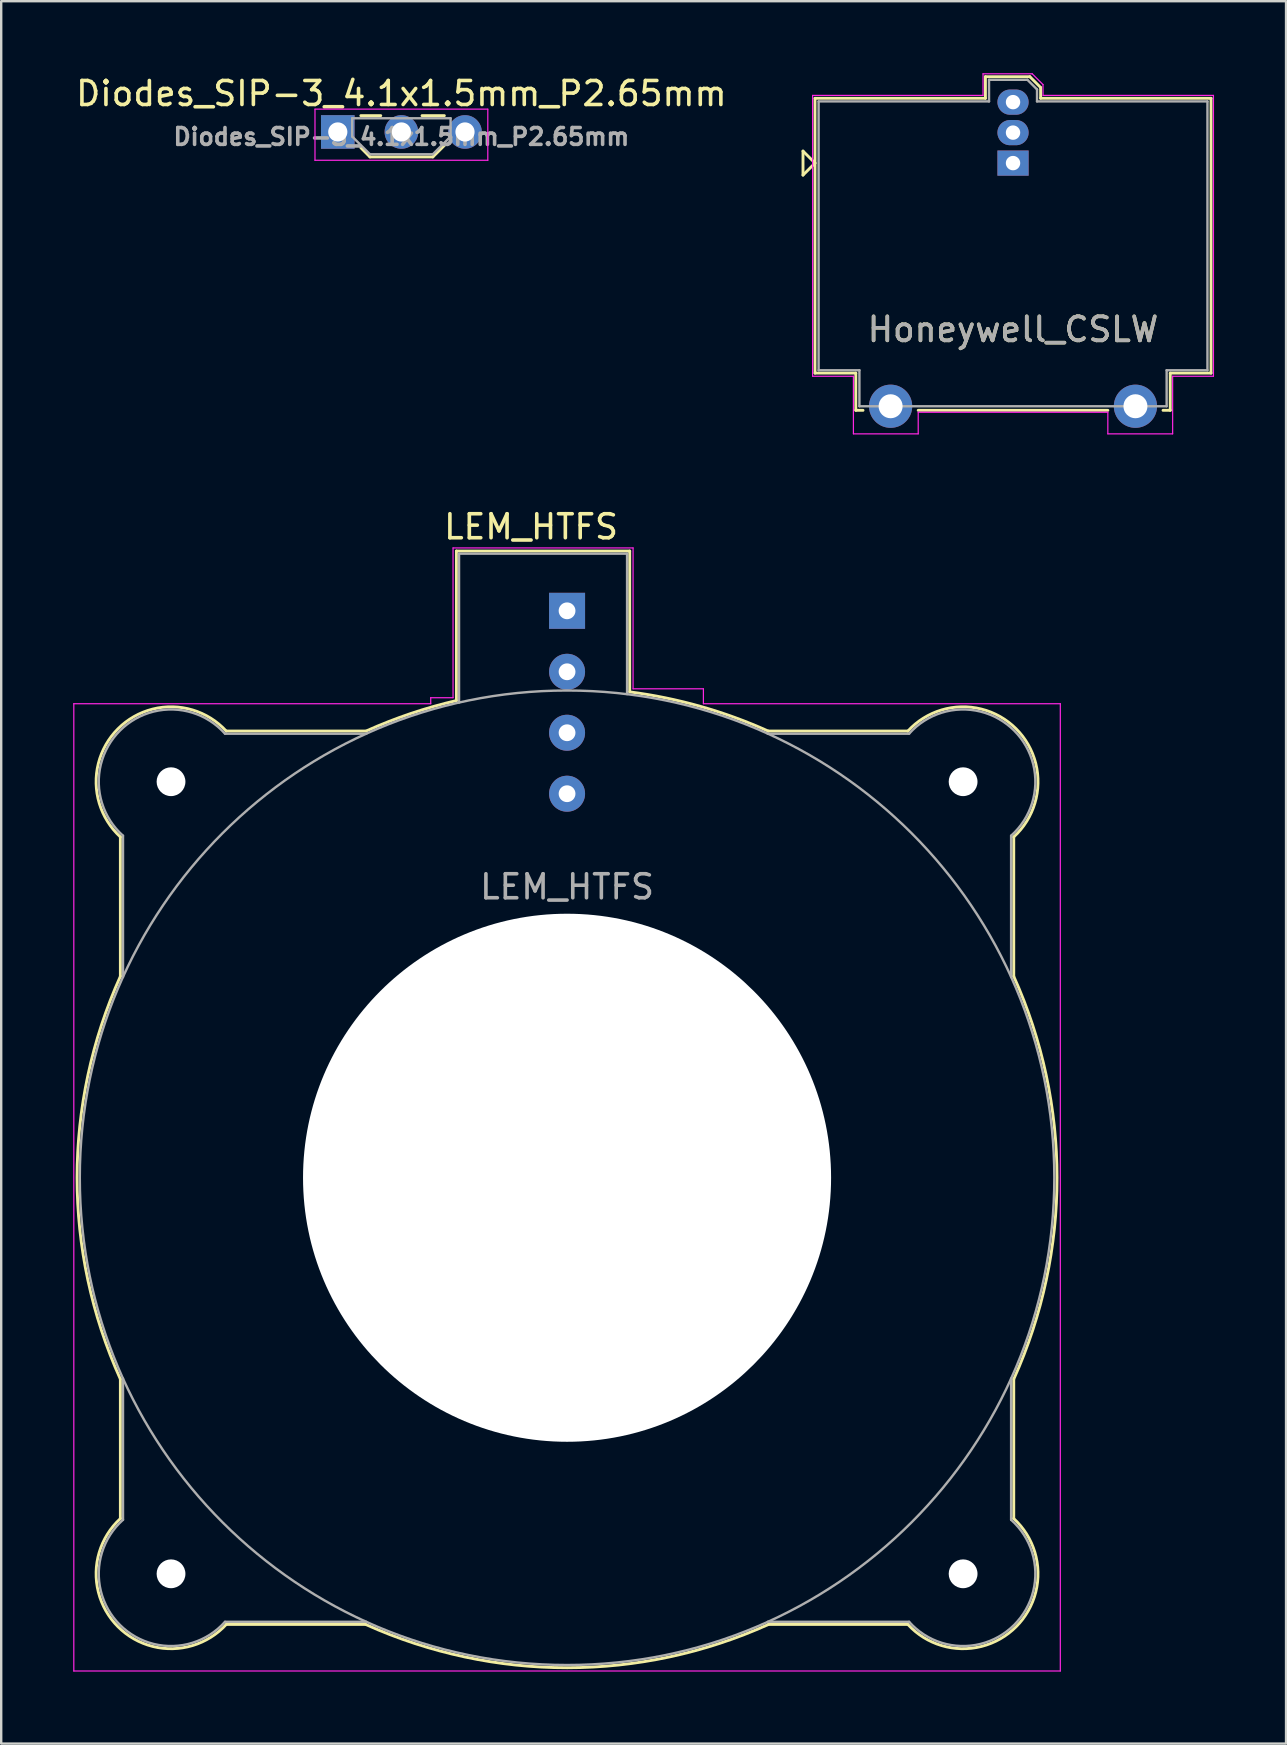
<source format=kicad_pcb>
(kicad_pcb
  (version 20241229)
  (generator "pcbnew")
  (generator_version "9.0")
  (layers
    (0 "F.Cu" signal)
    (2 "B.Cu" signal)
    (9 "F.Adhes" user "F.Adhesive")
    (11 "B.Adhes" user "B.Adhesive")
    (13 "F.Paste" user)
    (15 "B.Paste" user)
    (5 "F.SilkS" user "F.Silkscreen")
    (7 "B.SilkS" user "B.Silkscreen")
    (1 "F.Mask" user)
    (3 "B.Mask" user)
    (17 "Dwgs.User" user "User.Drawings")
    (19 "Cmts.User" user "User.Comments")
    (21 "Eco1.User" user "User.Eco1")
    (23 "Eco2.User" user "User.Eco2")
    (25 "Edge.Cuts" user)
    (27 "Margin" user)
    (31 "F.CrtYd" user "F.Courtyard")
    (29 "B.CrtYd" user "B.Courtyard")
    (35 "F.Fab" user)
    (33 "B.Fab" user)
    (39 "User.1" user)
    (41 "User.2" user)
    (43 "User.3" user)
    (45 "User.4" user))
  (footprint "Honeywell_CSLW"
    (layer "F.Cu")
    (at 39.155 3.745)
    (property "Reference" "Honeywell_CSLW" (at 0 6.93 0) (layer "F.SilkS") (effects (font (size 1 1) (thickness 0.15))))
    (attr through_hole)
    (fp_line (start -8.75 0.5) (end -8.75 -0.5) (stroke (width 0.12) (type solid)) (layer "F.SilkS"))
    (fp_line (start -8.25 -2.7) (end -8.25 8.75) (stroke (width 0.12) (type solid)) (layer "F.SilkS"))
    (fp_line (start -8.25 -2.7) (end -1.15 -2.7) (stroke (width 0.12) (type solid)) (layer "F.SilkS"))
    (fp_line (start -8.25 0) (end -8.75 -0.5) (stroke (width 0.12) (type solid)) (layer "F.SilkS"))
    (fp_line (start -8.25 0) (end -8.75 0.5) (stroke (width 0.12) (type solid)) (layer "F.SilkS"))
    (fp_line (start -8.25 8.75) (end -6.55 8.75) (stroke (width 0.12) (type solid)) (layer "F.SilkS"))
    (fp_line (start -6.55 8.75) (end -6.55 10.3) (stroke (width 0.12) (type solid)) (layer "F.SilkS"))
    (fp_line (start -6.25 10.3) (end -6.55 10.3) (stroke (width 0.12) (type solid)) (layer "F.SilkS"))
    (fp_line (start -1.15 -3.6) (end 0.7 -3.6) (stroke (width 0.12) (type solid)) (layer "F.SilkS"))
    (fp_line (start -1.15 -2.7) (end -1.15 -3.6) (stroke (width 0.12) (type solid)) (layer "F.SilkS"))
    (fp_line (start 0.7 -3.6) (end 1.15 -3.15) (stroke (width 0.12) (type solid)) (layer "F.SilkS"))
    (fp_line (start 1.15 -3.15) (end 1.15 -2.7) (stroke (width 0.12) (type solid)) (layer "F.SilkS"))
    (fp_line (start 1.15 -2.7) (end 8.25 -2.7) (stroke (width 0.12) (type solid)) (layer "F.SilkS"))
    (fp_line (start 3.95 10.3) (end -3.95 10.3) (stroke (width 0.12) (type solid)) (layer "F.SilkS"))
    (fp_line (start 6.25 10.3) (end 6.55 10.3) (stroke (width 0.12) (type solid)) (layer "F.SilkS"))
    (fp_line (start 6.55 8.75) (end 6.55 10.3) (stroke (width 0.12) (type solid)) (layer "F.SilkS"))
    (fp_line (start 8.25 -2.7) (end 8.25 8.75) (stroke (width 0.12) (type solid)) (layer "F.SilkS"))
    (fp_line (start 8.25 8.75) (end 6.55 8.75) (stroke (width 0.12) (type solid)) (layer "F.SilkS"))
    (fp_line (start -8.35 -2.82) (end -8.35 8.88) (stroke (width 0.05) (type solid)) (layer "F.CrtYd"))
    (fp_line (start -8.35 8.88) (end -6.65 8.88) (stroke (width 0.05) (type solid)) (layer "F.CrtYd"))
    (fp_line (start -6.65 8.88) (end -6.65 11.28) (stroke (width 0.05) (type solid)) (layer "F.CrtYd"))
    (fp_line (start -6.65 11.28) (end -3.95 11.28) (stroke (width 0.05) (type solid)) (layer "F.CrtYd"))
    (fp_line (start -3.95 10.38) (end 3.95 10.38) (stroke (width 0.05) (type solid)) (layer "F.CrtYd"))
    (fp_line (start -3.95 11.28) (end -3.95 10.38) (stroke (width 0.05) (type solid)) (layer "F.CrtYd"))
    (fp_line (start -1.25 -3.72) (end -1.25 -2.82) (stroke (width 0.05) (type solid)) (layer "F.CrtYd"))
    (fp_line (start -1.25 -2.82) (end -8.35 -2.82) (stroke (width 0.05) (type solid)) (layer "F.CrtYd"))
    (fp_line (start 0.8 -3.72) (end -1.25 -3.72) (stroke (width 0.05) (type solid)) (layer "F.CrtYd"))
    (fp_line (start 1.25 -3.27) (end 0.8 -3.72) (stroke (width 0.05) (type solid)) (layer "F.CrtYd"))
    (fp_line (start 1.25 -2.82) (end 1.25 -3.27) (stroke (width 0.05) (type solid)) (layer "F.CrtYd"))
    (fp_line (start 3.95 10.38) (end 3.95 11.28) (stroke (width 0.05) (type solid)) (layer "F.CrtYd"))
    (fp_line (start 3.95 11.28) (end 6.65 11.28) (stroke (width 0.05) (type solid)) (layer "F.CrtYd"))
    (fp_line (start 6.65 8.88) (end 8.35 8.88) (stroke (width 0.05) (type solid)) (layer "F.CrtYd"))
    (fp_line (start 6.65 11.28) (end 6.65 8.88) (stroke (width 0.05) (type solid)) (layer "F.CrtYd"))
    (fp_line (start 8.35 -2.82) (end 1.25 -2.82) (stroke (width 0.05) (type solid)) (layer "F.CrtYd"))
    (fp_line (start 8.35 8.88) (end 8.35 -2.82) (stroke (width 0.05) (type solid)) (layer "F.CrtYd"))
    (fp_line (start -8.1 -2.57) (end -8.1 8.63) (stroke (width 0.1) (type solid)) (layer "F.Fab"))
    (fp_line (start -8.1 8.63) (end -6.4 8.63) (stroke (width 0.1) (type solid)) (layer "F.Fab"))
    (fp_line (start -6.4 8.63) (end -6.4 10.13) (stroke (width 0.1) (type solid)) (layer "F.Fab"))
    (fp_line (start -6.4 10.13) (end 6.4 10.13) (stroke (width 0.1) (type solid)) (layer "F.Fab"))
    (fp_line (start -1 -3.47) (end -1 -2.57) (stroke (width 0.1) (type solid)) (layer "F.Fab"))
    (fp_line (start -1 -2.57) (end -8.1 -2.57) (stroke (width 0.1) (type solid)) (layer "F.Fab"))
    (fp_line (start 0.6 -3.47) (end -1 -3.47) (stroke (width 0.1) (type solid)) (layer "F.Fab"))
    (fp_line (start 1 -3.07) (end 0.6 -3.47) (stroke (width 0.1) (type solid)) (layer "F.Fab"))
    (fp_line (start 1 -2.57) (end 1 -3.07) (stroke (width 0.1) (type solid)) (layer "F.Fab"))
    (fp_line (start 6.4 8.63) (end 8.1 8.63) (stroke (width 0.1) (type solid)) (layer "F.Fab"))
    (fp_line (start 6.4 10.13) (end 6.4 8.63) (stroke (width 0.1) (type solid)) (layer "F.Fab"))
    (fp_line (start 8.1 -2.57) (end 1 -2.57) (stroke (width 0.1) (type solid)) (layer "F.Fab"))
    (fp_line (start 8.1 8.63) (end 8.1 -2.57) (stroke (width 0.1) (type solid)) (layer "F.Fab"))
    (fp_text user "${REFERENCE}" (at 0 6.93 0) (layer "F.Fab") (effects (font (size 1 1) (thickness 0.15))))
    (pad "1" thru_hole rect (at 0 0) (size 1.3 1.05) (drill 0.6) (layers "*.Cu" "*.Mask"))
    (pad "2" thru_hole oval (at 0 -1.27) (size 1.3 1.05) (drill 0.6) (layers "*.Cu" "*.Mask"))
    (pad "3" thru_hole oval (at 0 -2.54) (size 1.3 1.05) (drill 0.6) (layers "*.Cu" "*.Mask"))
    (pad "4" thru_hole circle (at -5.1 10.13) (size 1.8 1.8) (drill 1) (layers "*.Cu" "*.Mask"))
    (pad "5" thru_hole circle (at 5.1 10.13) (size 1.8 1.8) (drill 1) (layers "*.Cu" "*.Mask")))
  (footprint "Diodes_SIP-3_4.1x1.5mm_P2.65mm"
    (layer "F.Cu")
    (at 11.023 2.448)
    (property "Reference" "Diodes_SIP-3_4.1x1.5mm_P2.65mm" (at 2.65 -1.6 0) (layer "F.SilkS") (effects (font (size 1 1) (thickness 0.15))))
    (attr through_hole)
    (fp_line (start 0.96 -0.68) (end 1.79 -0.68) (stroke (width 0.12) (type solid)) (layer "F.SilkS"))
    (fp_line (start 0.96 0.658) (end 1.34 1.04) (stroke (width 0.12) (type solid)) (layer "F.SilkS"))
    (fp_line (start 1.34 1.04) (end 3.96 1.04) (stroke (width 0.12) (type solid)) (layer "F.SilkS"))
    (fp_line (start 3.51 -0.68) (end 4.44 -0.68) (stroke (width 0.12) (type solid)) (layer "F.SilkS"))
    (fp_line (start 4.44 0.56) (end 3.96 1.04) (stroke (width 0.12) (type solid)) (layer "F.SilkS"))
    (fp_line (start -0.95 -0.95) (end -0.95 1.18) (stroke (width 0.05) (type solid)) (layer "F.CrtYd"))
    (fp_line (start -0.95 -0.95) (end 6.25 -0.95) (stroke (width 0.05) (type solid)) (layer "F.CrtYd"))
    (fp_line (start -0.95 1.18) (end 6.25 1.18) (stroke (width 0.05) (type solid)) (layer "F.CrtYd"))
    (fp_line (start 6.25 -0.95) (end 6.25 1.18) (stroke (width 0.05) (type solid)) (layer "F.CrtYd"))
    (fp_line (start 0.6 -0.57) (end 0.6 0.19) (stroke (width 0.1) (type solid)) (layer "F.Fab"))
    (fp_line (start 0.6 -0.57) (end 4.7 -0.57) (stroke (width 0.1) (type solid)) (layer "F.Fab"))
    (fp_line (start 0.6 0.19) (end 1.34 0.93) (stroke (width 0.1) (type solid)) (layer "F.Fab"))
    (fp_line (start 1.34 0.93) (end 3.96 0.93) (stroke (width 0.1) (type solid)) (layer "F.Fab"))
    (fp_line (start 4.7 -0.57) (end 4.7 0.19) (stroke (width 0.1) (type solid)) (layer "F.Fab"))
    (fp_line (start 4.7 0.19) (end 3.96 0.93) (stroke (width 0.1) (type solid)) (layer "F.Fab"))
    (fp_text user "${REFERENCE}" (at 2.65 0.2 0) (layer "F.Fab") (effects (font (size 0.7 0.7) (thickness 0.15))))
    (pad "1" thru_hole rect (at 0 0) (size 1.4 1.4) (drill 0.8) (layers "*.Cu" "*.Mask"))
    (pad "2" thru_hole circle (at 2.65 0) (size 1.4 1.4) (drill 0.8) (layers "*.Cu" "*.Mask"))
    (pad "3" thru_hole circle (at 5.3 0) (size 1.4 1.4) (drill 0.8) (layers "*.Cu" "*.Mask")))
  (footprint "LEM_HTFS"
    (layer "F.Cu")
    (at 20.575 22.398)
    (property "Reference" "LEM_HTFS" (at -1.5 -3.5 180) (layer "F.SilkS") (effects (font (size 1 1) (thickness 0.15))))
    (attr through_hole)
    (fp_line (start -18.61 15.23) (end -18.61 9.42) (stroke (width 0.12) (type solid)) (layer "F.SilkS"))
    (fp_line (start -18.61 37.82) (end -18.61 32.01) (stroke (width 0.12) (type solid)) (layer "F.SilkS"))
    (fp_line (start -8.38 5.01) (end -14.2 5.01) (stroke (width 0.12) (type solid)) (layer "F.SilkS"))
    (fp_line (start -8.38 42.23) (end -14.2 42.23) (stroke (width 0.12) (type solid)) (layer "F.SilkS"))
    (fp_line (start -4.61 -2.49) (end -4.61 3.74) (stroke (width 0.12) (type solid)) (layer "F.SilkS"))
    (fp_line (start -4.61 -2.49) (end 2.61 -2.49) (stroke (width 0.12) (type solid)) (layer "F.SilkS"))
    (fp_line (start 2.61 -2.49) (end 2.61 3.37) (stroke (width 0.12) (type solid)) (layer "F.SilkS"))
    (fp_line (start 8.38 5.01) (end 14.2 5.01) (stroke (width 0.12) (type solid)) (layer "F.SilkS"))
    (fp_line (start 8.38 42.23) (end 14.2 42.23) (stroke (width 0.12) (type solid)) (layer "F.SilkS"))
    (fp_line (start 18.61 15.23) (end 18.61 9.42) (stroke (width 0.12) (type solid)) (layer "F.SilkS"))
    (fp_line (start 18.61 37.82) (end 18.61 32.01) (stroke (width 0.12) (type solid)) (layer "F.SilkS"))
    (fp_arc (start -18.615098 31.998684) (mid -20.413823 23.613794) (end -18.61 15.23) (stroke (width 0.12) (type solid)) (layer "F.SilkS"))
    (fp_arc (start -18.607349 9.422429) (mid -18.708316 4.914226) (end -14.2 5.01) (stroke (width 0.12) (type solid)) (layer "F.SilkS"))
    (fp_arc (start -14.197571 42.227349) (mid -18.705774 42.328316) (end -18.61 37.82) (stroke (width 0.12) (type solid)) (layer "F.SilkS"))
    (fp_arc (start -8.351096 4.999428) (mid -6.511071 4.279047) (end -4.61 3.74) (stroke (width 0.12) (type solid)) (layer "F.SilkS"))
    (fp_arc (start 2.60813 3.377615) (mid 5.55436 3.980612) (end 8.38 5.01) (stroke (width 0.12) (type solid)) (layer "F.SilkS"))
    (fp_arc (start 8.39 42.23) (mid 0.006206 44.033823) (end -8.378684 42.235098) (stroke (width 0.12) (type solid)) (layer "F.SilkS"))
    (fp_arc (start 14.197571 5.012651) (mid 18.705774 4.911684) (end 18.61 9.42) (stroke (width 0.12) (type solid)) (layer "F.SilkS"))
    (fp_arc (start 18.607349 37.817571) (mid 18.708316 42.325774) (end 14.2 42.23) (stroke (width 0.12) (type solid)) (layer "F.SilkS"))
    (fp_arc (start 18.61 15.23) (mid 20.413823 23.613794) (end 18.615098 31.998684) (stroke (width 0.12) (type solid)) (layer "F.SilkS"))
    (fp_line (start -20.55 3.87) (end -5.68 3.87) (stroke (width 0.05) (type solid)) (layer "F.CrtYd"))
    (fp_line (start -20.55 44.17) (end -20.55 3.87) (stroke (width 0.05) (type solid)) (layer "F.CrtYd"))
    (fp_line (start -5.68 3.62) (end -5.68 3.87) (stroke (width 0.05) (type solid)) (layer "F.CrtYd"))
    (fp_line (start -4.75 -2.62) (end 2.75 -2.62) (stroke (width 0.05) (type solid)) (layer "F.CrtYd"))
    (fp_line (start -4.75 3.62) (end -5.68 3.62) (stroke (width 0.05) (type solid)) (layer "F.CrtYd"))
    (fp_line (start -4.75 3.62) (end -4.75 -2.62) (stroke (width 0.05) (type solid)) (layer "F.CrtYd"))
    (fp_line (start 2.75 -2.62) (end 2.75 3.25) (stroke (width 0.05) (type solid)) (layer "F.CrtYd"))
    (fp_line (start 5.68 3.25) (end 2.75 3.25) (stroke (width 0.05) (type solid)) (layer "F.CrtYd"))
    (fp_line (start 5.68 3.87) (end 5.68 3.25) (stroke (width 0.05) (type solid)) (layer "F.CrtYd"))
    (fp_line (start 5.68 3.87) (end 20.55 3.87) (stroke (width 0.05) (type solid)) (layer "F.CrtYd"))
    (fp_line (start 20.55 44.17) (end -20.55 44.17) (stroke (width 0.05) (type solid)) (layer "F.CrtYd"))
    (fp_line (start 20.55 44.17) (end 20.55 3.87) (stroke (width 0.05) (type solid)) (layer "F.CrtYd"))
    (fp_line (start -18.5 15.26) (end -18.5 9.37) (stroke (width 0.1) (type solid)) (layer "F.Fab"))
    (fp_line (start -18.5 37.87) (end -18.5 31.98) (stroke (width 0.1) (type solid)) (layer "F.Fab"))
    (fp_line (start -14.25 5.12) (end -8.36 5.12) (stroke (width 0.1) (type solid)) (layer "F.Fab"))
    (fp_line (start -14.25 42.12) (end -8.36 42.12) (stroke (width 0.1) (type solid)) (layer "F.Fab"))
    (fp_line (start -4.5 -2.38) (end -4.5 3.82) (stroke (width 0.1) (type solid)) (layer "F.Fab"))
    (fp_line (start -4.5 -2.38) (end 2.5 -2.38) (stroke (width 0.1) (type solid)) (layer "F.Fab"))
    (fp_line (start 2.5 -2.38) (end 2.5 3.47) (stroke (width 0.1) (type solid)) (layer "F.Fab"))
    (fp_line (start 14.25 5.12) (end 8.36 5.12) (stroke (width 0.1) (type solid)) (layer "F.Fab"))
    (fp_line (start 14.25 42.12) (end 8.36 42.12) (stroke (width 0.1) (type solid)) (layer "F.Fab"))
    (fp_line (start 18.5 15.26) (end 18.5 9.37) (stroke (width 0.1) (type solid)) (layer "F.Fab"))
    (fp_line (start 18.5 37.87) (end 18.5 31.98) (stroke (width 0.1) (type solid)) (layer "F.Fab"))
    (fp_arc (start -18.501292 9.36885) (mid -18.628061 4.990716) (end -14.25 5.12) (stroke (width 0.1) (type solid)) (layer "F.Fab"))
    (fp_arc (start -14.25115 42.121292) (mid -18.629284 42.248061) (end -18.5 37.87) (stroke (width 0.1) (type solid)) (layer "F.Fab"))
    (fp_arc (start 14.25115 5.118708) (mid 18.629284 4.991939) (end 18.5 9.37) (stroke (width 0.1) (type solid)) (layer "F.Fab"))
    (fp_arc (start 18.501292 37.87115) (mid 18.628061 42.249284) (end 14.25 42.12) (stroke (width 0.1) (type solid)) (layer "F.Fab"))
    (fp_circle (center 0 23.62) (end 0 3.32) (stroke (width 0.1) (type solid)) (fill no) (layer "F.Fab"))
    (fp_text user "${REFERENCE}" (at 0 11.5 180) (layer "F.Fab") (effects (font (size 1 1) (thickness 0.15))))
    (pad "" np_thru_hole circle (at -16.5 7.12) (size 1.2 1.2) (drill 1.2) (layers "*.Cu" "*.Mask"))
    (pad "" np_thru_hole circle (at -16.5 40.12) (size 1.2 1.2) (drill 1.2) (layers "*.Cu" "*.Mask"))
    (pad "" np_thru_hole circle (at 0 23.62) (size 22 22) (drill 22) (layers "*.Cu" "*.Mask"))
    (pad "" np_thru_hole circle (at 16.5 7.12) (size 1.2 1.2) (drill 1.2) (layers "*.Cu" "*.Mask"))
    (pad "" np_thru_hole circle (at 16.5 40.12) (size 1.2 1.2) (drill 1.2) (layers "*.Cu" "*.Mask"))
    (pad "1" thru_hole rect (at 0 0) (size 1.5 1.5) (drill 0.7) (layers "*.Cu" "*.Mask"))
    (pad "2" thru_hole circle (at 0 2.54) (size 1.5 1.5) (drill 0.7) (layers "*.Cu" "*.Mask"))
    (pad "3" thru_hole circle (at 0 5.08) (size 1.5 1.5) (drill 0.7) (layers "*.Cu" "*.Mask"))
    (pad "4" thru_hole circle (at 0 7.62) (size 1.5 1.5) (drill 0.7) (layers "*.Cu" "*.Mask")))
  (gr_rect
    (start -3 -3)
    (end 50.53 69.593)
    (stroke (width 0.1) (type default))
    (fill no)
    (layer "Edge.Cuts")))
</source>
